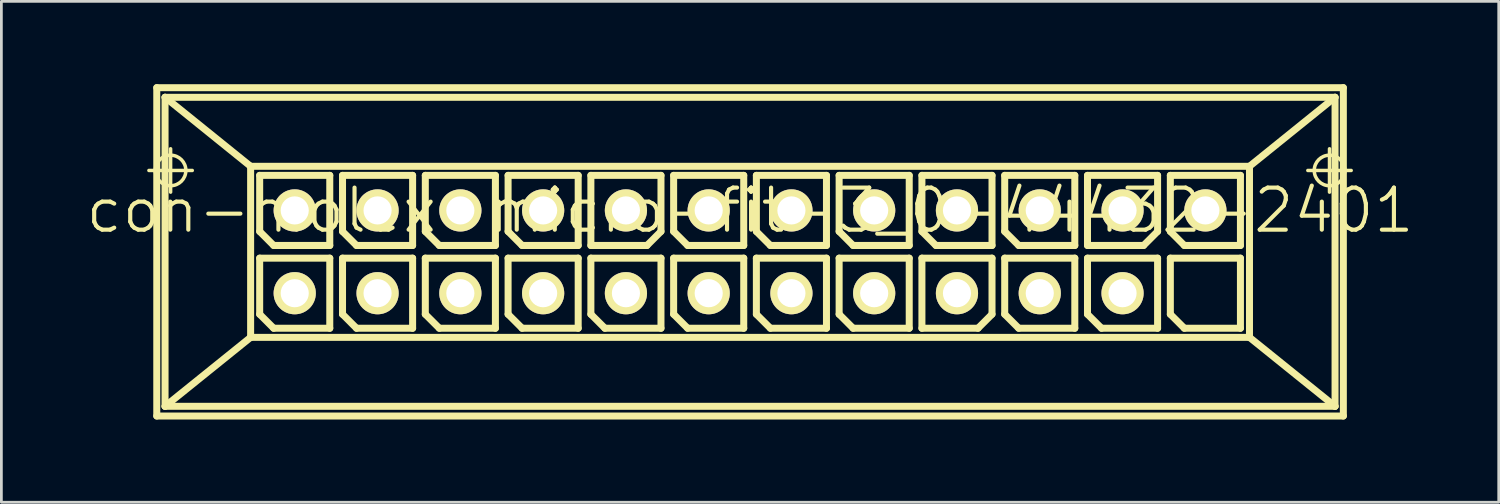
<source format=kicad_pcb>
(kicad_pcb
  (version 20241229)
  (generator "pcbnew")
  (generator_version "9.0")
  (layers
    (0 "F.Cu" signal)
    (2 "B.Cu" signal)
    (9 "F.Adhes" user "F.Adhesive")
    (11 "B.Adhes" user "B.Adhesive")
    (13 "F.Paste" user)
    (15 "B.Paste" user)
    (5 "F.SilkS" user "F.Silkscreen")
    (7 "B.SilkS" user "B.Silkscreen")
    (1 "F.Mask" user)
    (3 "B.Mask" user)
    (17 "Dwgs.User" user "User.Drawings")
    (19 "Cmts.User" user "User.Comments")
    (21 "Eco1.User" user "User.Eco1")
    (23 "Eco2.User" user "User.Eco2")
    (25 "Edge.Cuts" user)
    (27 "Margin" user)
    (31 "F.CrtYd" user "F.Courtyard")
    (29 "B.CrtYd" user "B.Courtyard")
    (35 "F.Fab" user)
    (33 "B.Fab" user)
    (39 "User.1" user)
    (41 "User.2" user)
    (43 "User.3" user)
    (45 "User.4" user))
  (footprint "con-molex-micro-fit-3_0-44432-2401"
    (layer "F.Cu")
    (at 24.13 4.575)
    (property "Reference" "con-molex-micro-fit-3_0-44432-2401" (at 0 0 0) (layer "F.SilkS") (effects (font (size 1.524 1.524) (thickness 0.15))))
    (attr exclude_from_pos_files exclude_from_bom)
    (fp_line (start -21.783 -1.448) (end -20.213 -1.448) (stroke (width 0.127) (type solid)) (layer "F.SilkS"))
    (fp_line (start -21.499 -4.448) (end 21.499 -4.448) (stroke (width 0.254) (type solid)) (layer "F.SilkS"))
    (fp_line (start -21.499 7.45) (end -21.499 -4.448) (stroke (width 0.254) (type solid)) (layer "F.SilkS"))
    (fp_line (start -21.199 -4.1) (end -18.098 -1.598) (stroke (width 0.254) (type solid)) (layer "F.SilkS"))
    (fp_line (start -21.199 -4.1) (end 21.199 -4.1) (stroke (width 0.254) (type solid)) (layer "F.SilkS"))
    (fp_line (start -21.199 7.099) (end -21.199 -4.1) (stroke (width 0.254) (type solid)) (layer "F.SilkS"))
    (fp_line (start -20.998 -0.663) (end -20.998 -2.233) (stroke (width 0.127) (type solid)) (layer "F.SilkS"))
    (fp_line (start -18.098 -1.598) (end -18.098 4.6) (stroke (width 0.254) (type solid)) (layer "F.SilkS"))
    (fp_line (start -18.098 -1.598) (end 18.098 -1.598) (stroke (width 0.254) (type solid)) (layer "F.SilkS"))
    (fp_line (start -18.098 4.6) (end -21.199 7.099) (stroke (width 0.254) (type solid)) (layer "F.SilkS"))
    (fp_line (start -18.098 4.6) (end 18.098 4.6) (stroke (width 0.254) (type solid)) (layer "F.SilkS"))
    (fp_line (start -17.77 -1.27) (end -15.23 -1.27) (stroke (width 0.254) (type solid)) (layer "F.SilkS"))
    (fp_line (start -17.77 0.762) (end -17.77 -1.27) (stroke (width 0.254) (type solid)) (layer "F.SilkS"))
    (fp_line (start -17.77 1.73) (end -15.23 1.73) (stroke (width 0.254) (type solid)) (layer "F.SilkS"))
    (fp_line (start -17.77 3.762) (end -17.77 1.73) (stroke (width 0.254) (type solid)) (layer "F.SilkS"))
    (fp_line (start -17.262 1.27) (end -17.77 0.762) (stroke (width 0.254) (type solid)) (layer "F.SilkS"))
    (fp_line (start -17.262 4.27) (end -17.77 3.762) (stroke (width 0.254) (type solid)) (layer "F.SilkS"))
    (fp_line (start -15.23 -1.27) (end -15.23 1.27) (stroke (width 0.254) (type solid)) (layer "F.SilkS"))
    (fp_line (start -15.23 1.27) (end -17.262 1.27) (stroke (width 0.254) (type solid)) (layer "F.SilkS"))
    (fp_line (start -15.23 1.73) (end -15.23 4.27) (stroke (width 0.254) (type solid)) (layer "F.SilkS"))
    (fp_line (start -15.23 4.27) (end -17.262 4.27) (stroke (width 0.254) (type solid)) (layer "F.SilkS"))
    (fp_line (start -14.768 -1.27) (end -12.228 -1.27) (stroke (width 0.254) (type solid)) (layer "F.SilkS"))
    (fp_line (start -14.768 0.762) (end -14.768 -1.27) (stroke (width 0.254) (type solid)) (layer "F.SilkS"))
    (fp_line (start -14.768 1.73) (end -12.228 1.73) (stroke (width 0.254) (type solid)) (layer "F.SilkS"))
    (fp_line (start -14.768 3.762) (end -14.768 1.73) (stroke (width 0.254) (type solid)) (layer "F.SilkS"))
    (fp_line (start -14.26 1.27) (end -14.768 0.762) (stroke (width 0.254) (type solid)) (layer "F.SilkS"))
    (fp_line (start -14.26 4.27) (end -14.768 3.762) (stroke (width 0.254) (type solid)) (layer "F.SilkS"))
    (fp_line (start -12.228 -1.27) (end -12.228 1.27) (stroke (width 0.254) (type solid)) (layer "F.SilkS"))
    (fp_line (start -12.228 1.27) (end -14.26 1.27) (stroke (width 0.254) (type solid)) (layer "F.SilkS"))
    (fp_line (start -12.228 1.73) (end -12.228 4.27) (stroke (width 0.254) (type solid)) (layer "F.SilkS"))
    (fp_line (start -12.228 4.27) (end -14.26 4.27) (stroke (width 0.254) (type solid)) (layer "F.SilkS"))
    (fp_line (start -11.768 -1.27) (end -9.228 -1.27) (stroke (width 0.254) (type solid)) (layer "F.SilkS"))
    (fp_line (start -11.768 0.762) (end -11.768 -1.27) (stroke (width 0.254) (type solid)) (layer "F.SilkS"))
    (fp_line (start -11.768 1.73) (end -9.228 1.73) (stroke (width 0.254) (type solid)) (layer "F.SilkS"))
    (fp_line (start -11.768 3.762) (end -11.768 1.73) (stroke (width 0.254) (type solid)) (layer "F.SilkS"))
    (fp_line (start -11.26 1.27) (end -11.768 0.762) (stroke (width 0.254) (type solid)) (layer "F.SilkS"))
    (fp_line (start -11.26 4.27) (end -11.768 3.762) (stroke (width 0.254) (type solid)) (layer "F.SilkS"))
    (fp_line (start -9.228 -1.27) (end -9.228 1.27) (stroke (width 0.254) (type solid)) (layer "F.SilkS"))
    (fp_line (start -9.228 1.27) (end -11.26 1.27) (stroke (width 0.254) (type solid)) (layer "F.SilkS"))
    (fp_line (start -9.228 1.73) (end -9.228 4.27) (stroke (width 0.254) (type solid)) (layer "F.SilkS"))
    (fp_line (start -9.228 4.27) (end -11.26 4.27) (stroke (width 0.254) (type solid)) (layer "F.SilkS"))
    (fp_line (start -8.768 -1.27) (end -6.228 -1.27) (stroke (width 0.254) (type solid)) (layer "F.SilkS"))
    (fp_line (start -8.768 0.762) (end -8.768 -1.27) (stroke (width 0.254) (type solid)) (layer "F.SilkS"))
    (fp_line (start -8.768 1.73) (end -6.228 1.73) (stroke (width 0.254) (type solid)) (layer "F.SilkS"))
    (fp_line (start -8.768 3.762) (end -8.768 1.73) (stroke (width 0.254) (type solid)) (layer "F.SilkS"))
    (fp_line (start -8.26 1.27) (end -8.768 0.762) (stroke (width 0.254) (type solid)) (layer "F.SilkS"))
    (fp_line (start -8.26 4.27) (end -8.768 3.762) (stroke (width 0.254) (type solid)) (layer "F.SilkS"))
    (fp_line (start -6.228 -1.27) (end -6.228 1.27) (stroke (width 0.254) (type solid)) (layer "F.SilkS"))
    (fp_line (start -6.228 1.27) (end -8.26 1.27) (stroke (width 0.254) (type solid)) (layer "F.SilkS"))
    (fp_line (start -6.228 1.73) (end -6.228 4.27) (stroke (width 0.254) (type solid)) (layer "F.SilkS"))
    (fp_line (start -6.228 4.27) (end -8.26 4.27) (stroke (width 0.254) (type solid)) (layer "F.SilkS"))
    (fp_line (start -5.768 -1.27) (end -3.228 -1.27) (stroke (width 0.254) (type solid)) (layer "F.SilkS"))
    (fp_line (start -5.768 1.27) (end -5.768 -1.27) (stroke (width 0.254) (type solid)) (layer "F.SilkS"))
    (fp_line (start -5.768 1.73) (end -3.228 1.73) (stroke (width 0.254) (type solid)) (layer "F.SilkS"))
    (fp_line (start -5.768 3.762) (end -5.768 1.73) (stroke (width 0.254) (type solid)) (layer "F.SilkS"))
    (fp_line (start -5.26 4.27) (end -5.768 3.762) (stroke (width 0.254) (type solid)) (layer "F.SilkS"))
    (fp_line (start -3.736 1.27) (end -5.768 1.27) (stroke (width 0.254) (type solid)) (layer "F.SilkS"))
    (fp_line (start -3.228 -1.27) (end -3.228 0.762) (stroke (width 0.254) (type solid)) (layer "F.SilkS"))
    (fp_line (start -3.228 0.762) (end -3.736 1.27) (stroke (width 0.254) (type solid)) (layer "F.SilkS"))
    (fp_line (start -3.228 1.73) (end -3.228 4.27) (stroke (width 0.254) (type solid)) (layer "F.SilkS"))
    (fp_line (start -3.228 4.27) (end -5.26 4.27) (stroke (width 0.254) (type solid)) (layer "F.SilkS"))
    (fp_line (start -2.769 -1.27) (end -0.229 -1.27) (stroke (width 0.254) (type solid)) (layer "F.SilkS"))
    (fp_line (start -2.769 0.762) (end -2.769 -1.27) (stroke (width 0.254) (type solid)) (layer "F.SilkS"))
    (fp_line (start -2.769 1.73) (end -0.229 1.73) (stroke (width 0.254) (type solid)) (layer "F.SilkS"))
    (fp_line (start -2.769 3.762) (end -2.769 1.73) (stroke (width 0.254) (type solid)) (layer "F.SilkS"))
    (fp_line (start -2.261 1.27) (end -2.769 0.762) (stroke (width 0.254) (type solid)) (layer "F.SilkS"))
    (fp_line (start -2.261 4.27) (end -2.769 3.762) (stroke (width 0.254) (type solid)) (layer "F.SilkS"))
    (fp_line (start -0.229 -1.27) (end -0.229 1.27) (stroke (width 0.254) (type solid)) (layer "F.SilkS"))
    (fp_line (start -0.229 1.27) (end -2.261 1.27) (stroke (width 0.254) (type solid)) (layer "F.SilkS"))
    (fp_line (start -0.229 1.73) (end -0.229 4.27) (stroke (width 0.254) (type solid)) (layer "F.SilkS"))
    (fp_line (start -0.229 4.27) (end -2.261 4.27) (stroke (width 0.254) (type solid)) (layer "F.SilkS"))
    (fp_line (start 0.229 -1.27) (end 2.769 -1.27) (stroke (width 0.254) (type solid)) (layer "F.SilkS"))
    (fp_line (start 0.229 0.762) (end 0.229 -1.27) (stroke (width 0.254) (type solid)) (layer "F.SilkS"))
    (fp_line (start 0.229 1.73) (end 2.769 1.73) (stroke (width 0.254) (type solid)) (layer "F.SilkS"))
    (fp_line (start 0.229 3.762) (end 0.229 1.73) (stroke (width 0.254) (type solid)) (layer "F.SilkS"))
    (fp_line (start 0.737 1.27) (end 0.229 0.762) (stroke (width 0.254) (type solid)) (layer "F.SilkS"))
    (fp_line (start 0.737 4.27) (end 0.229 3.762) (stroke (width 0.254) (type solid)) (layer "F.SilkS"))
    (fp_line (start 2.769 -1.27) (end 2.769 1.27) (stroke (width 0.254) (type solid)) (layer "F.SilkS"))
    (fp_line (start 2.769 1.27) (end 0.737 1.27) (stroke (width 0.254) (type solid)) (layer "F.SilkS"))
    (fp_line (start 2.769 1.73) (end 2.769 4.27) (stroke (width 0.254) (type solid)) (layer "F.SilkS"))
    (fp_line (start 2.769 4.27) (end 0.737 4.27) (stroke (width 0.254) (type solid)) (layer "F.SilkS"))
    (fp_line (start 3.228 -1.27) (end 5.768 -1.27) (stroke (width 0.254) (type solid)) (layer "F.SilkS"))
    (fp_line (start 3.228 0.762) (end 3.228 -1.27) (stroke (width 0.254) (type solid)) (layer "F.SilkS"))
    (fp_line (start 3.228 1.73) (end 5.768 1.73) (stroke (width 0.254) (type solid)) (layer "F.SilkS"))
    (fp_line (start 3.228 3.762) (end 3.228 1.73) (stroke (width 0.254) (type solid)) (layer "F.SilkS"))
    (fp_line (start 3.736 1.27) (end 3.228 0.762) (stroke (width 0.254) (type solid)) (layer "F.SilkS"))
    (fp_line (start 3.736 4.27) (end 3.228 3.762) (stroke (width 0.254) (type solid)) (layer "F.SilkS"))
    (fp_line (start 5.768 -1.27) (end 5.768 1.27) (stroke (width 0.254) (type solid)) (layer "F.SilkS"))
    (fp_line (start 5.768 1.27) (end 3.736 1.27) (stroke (width 0.254) (type solid)) (layer "F.SilkS"))
    (fp_line (start 5.768 1.73) (end 5.768 4.27) (stroke (width 0.254) (type solid)) (layer "F.SilkS"))
    (fp_line (start 5.768 4.27) (end 3.736 4.27) (stroke (width 0.254) (type solid)) (layer "F.SilkS"))
    (fp_line (start 6.228 -1.27) (end 8.768 -1.27) (stroke (width 0.254) (type solid)) (layer "F.SilkS"))
    (fp_line (start 6.228 0.762) (end 6.228 -1.27) (stroke (width 0.254) (type solid)) (layer "F.SilkS"))
    (fp_line (start 6.228 1.73) (end 8.768 1.73) (stroke (width 0.254) (type solid)) (layer "F.SilkS"))
    (fp_line (start 6.228 4.27) (end 6.228 1.73) (stroke (width 0.254) (type solid)) (layer "F.SilkS"))
    (fp_line (start 6.736 1.27) (end 6.228 0.762) (stroke (width 0.254) (type solid)) (layer "F.SilkS"))
    (fp_line (start 8.26 4.27) (end 6.228 4.27) (stroke (width 0.254) (type solid)) (layer "F.SilkS"))
    (fp_line (start 8.768 -1.27) (end 8.768 1.27) (stroke (width 0.254) (type solid)) (layer "F.SilkS"))
    (fp_line (start 8.768 1.27) (end 6.736 1.27) (stroke (width 0.254) (type solid)) (layer "F.SilkS"))
    (fp_line (start 8.768 1.73) (end 8.768 3.762) (stroke (width 0.254) (type solid)) (layer "F.SilkS"))
    (fp_line (start 8.768 3.762) (end 8.26 4.27) (stroke (width 0.254) (type solid)) (layer "F.SilkS"))
    (fp_line (start 9.228 -1.27) (end 11.768 -1.27) (stroke (width 0.254) (type solid)) (layer "F.SilkS"))
    (fp_line (start 9.228 0.762) (end 9.228 -1.27) (stroke (width 0.254) (type solid)) (layer "F.SilkS"))
    (fp_line (start 9.228 1.73) (end 11.768 1.73) (stroke (width 0.254) (type solid)) (layer "F.SilkS"))
    (fp_line (start 9.228 3.762) (end 9.228 1.73) (stroke (width 0.254) (type solid)) (layer "F.SilkS"))
    (fp_line (start 9.736 1.27) (end 9.228 0.762) (stroke (width 0.254) (type solid)) (layer "F.SilkS"))
    (fp_line (start 9.736 4.27) (end 9.228 3.762) (stroke (width 0.254) (type solid)) (layer "F.SilkS"))
    (fp_line (start 11.768 -1.27) (end 11.768 1.27) (stroke (width 0.254) (type solid)) (layer "F.SilkS"))
    (fp_line (start 11.768 1.27) (end 9.736 1.27) (stroke (width 0.254) (type solid)) (layer "F.SilkS"))
    (fp_line (start 11.768 1.73) (end 11.768 4.27) (stroke (width 0.254) (type solid)) (layer "F.SilkS"))
    (fp_line (start 11.768 4.27) (end 9.736 4.27) (stroke (width 0.254) (type solid)) (layer "F.SilkS"))
    (fp_line (start 12.228 -1.27) (end 14.768 -1.27) (stroke (width 0.254) (type solid)) (layer "F.SilkS"))
    (fp_line (start 12.228 1.27) (end 12.228 -1.27) (stroke (width 0.254) (type solid)) (layer "F.SilkS"))
    (fp_line (start 12.228 1.73) (end 14.768 1.73) (stroke (width 0.254) (type solid)) (layer "F.SilkS"))
    (fp_line (start 12.228 3.762) (end 12.228 1.73) (stroke (width 0.254) (type solid)) (layer "F.SilkS"))
    (fp_line (start 12.736 4.27) (end 12.228 3.762) (stroke (width 0.254) (type solid)) (layer "F.SilkS"))
    (fp_line (start 14.26 1.27) (end 12.228 1.27) (stroke (width 0.254) (type solid)) (layer "F.SilkS"))
    (fp_line (start 14.768 -1.27) (end 14.768 0.762) (stroke (width 0.254) (type solid)) (layer "F.SilkS"))
    (fp_line (start 14.768 0.762) (end 14.26 1.27) (stroke (width 0.254) (type solid)) (layer "F.SilkS"))
    (fp_line (start 14.768 1.73) (end 14.768 4.27) (stroke (width 0.254) (type solid)) (layer "F.SilkS"))
    (fp_line (start 14.768 4.27) (end 12.736 4.27) (stroke (width 0.254) (type solid)) (layer "F.SilkS"))
    (fp_line (start 15.23 -1.27) (end 17.77 -1.27) (stroke (width 0.254) (type solid)) (layer "F.SilkS"))
    (fp_line (start 15.23 0.762) (end 15.23 -1.27) (stroke (width 0.254) (type solid)) (layer "F.SilkS"))
    (fp_line (start 15.23 1.73) (end 17.77 1.73) (stroke (width 0.254) (type solid)) (layer "F.SilkS"))
    (fp_line (start 15.23 3.762) (end 15.23 1.73) (stroke (width 0.254) (type solid)) (layer "F.SilkS"))
    (fp_line (start 15.738 1.27) (end 15.23 0.762) (stroke (width 0.254) (type solid)) (layer "F.SilkS"))
    (fp_line (start 15.738 4.27) (end 15.23 3.762) (stroke (width 0.254) (type solid)) (layer "F.SilkS"))
    (fp_line (start 17.77 -1.27) (end 17.77 1.27) (stroke (width 0.254) (type solid)) (layer "F.SilkS"))
    (fp_line (start 17.77 1.27) (end 15.738 1.27) (stroke (width 0.254) (type solid)) (layer "F.SilkS"))
    (fp_line (start 17.77 1.73) (end 17.77 4.27) (stroke (width 0.254) (type solid)) (layer "F.SilkS"))
    (fp_line (start 17.77 4.27) (end 15.738 4.27) (stroke (width 0.254) (type solid)) (layer "F.SilkS"))
    (fp_line (start 18.098 -1.598) (end 21.199 -4.1) (stroke (width 0.254) (type solid)) (layer "F.SilkS"))
    (fp_line (start 18.098 4.6) (end 18.098 -1.598) (stroke (width 0.254) (type solid)) (layer "F.SilkS"))
    (fp_line (start 18.098 4.6) (end 21.199 7.099) (stroke (width 0.254) (type solid)) (layer "F.SilkS"))
    (fp_line (start 20.213 -1.448) (end 21.783 -1.448) (stroke (width 0.127) (type solid)) (layer "F.SilkS"))
    (fp_line (start 20.998 -0.663) (end 20.998 -2.233) (stroke (width 0.127) (type solid)) (layer "F.SilkS"))
    (fp_line (start 21.199 -4.1) (end 21.199 7.099) (stroke (width 0.254) (type solid)) (layer "F.SilkS"))
    (fp_line (start 21.199 7.099) (end -21.199 7.099) (stroke (width 0.254) (type solid)) (layer "F.SilkS"))
    (fp_line (start 21.499 -4.448) (end 21.499 7.45) (stroke (width 0.254) (type solid)) (layer "F.SilkS"))
    (fp_line (start 21.499 7.45) (end -21.499 7.45) (stroke (width 0.254) (type solid)) (layer "F.SilkS"))
    (fp_circle (center -20.998 -1.448) (end -21.389 -1.839) (stroke (width 0.127) (type solid)) (fill no) (layer "F.SilkS"))
    (fp_circle (center 20.998 -1.448) (end 21.389 -1.839) (stroke (width 0.127) (type solid)) (fill no) (layer "F.SilkS"))
    (pad "P$1" thru_hole rect (at 16.5 3) (size 0.001 0.001) (drill 1.019) (layers "*.Cu" "F.Mask" "F.SilkS" "F.Paste"))
    (pad "P$2" thru_hole circle (at 13.498 3) (size 1.529 1.529) (drill 1.019) (layers "*.Cu" "F.Mask" "F.SilkS" "F.Paste"))
    (pad "P$3" thru_hole circle (at 10.498 3) (size 1.529 1.529) (drill 1.019) (layers "*.Cu" "F.Mask" "F.SilkS" "F.Paste"))
    (pad "P$4" thru_hole circle (at 7.498 3) (size 1.529 1.529) (drill 1.019) (layers "*.Cu" "F.Mask" "F.SilkS" "F.Paste"))
    (pad "P$5" thru_hole circle (at 4.498 3) (size 1.529 1.529) (drill 1.019) (layers "*.Cu" "F.Mask" "F.SilkS" "F.Paste"))
    (pad "P$6" thru_hole circle (at 1.499 3) (size 1.529 1.529) (drill 1.019) (layers "*.Cu" "F.Mask" "F.SilkS" "F.Paste"))
    (pad "P$7" thru_hole circle (at -1.499 3) (size 1.529 1.529) (drill 1.019) (layers "*.Cu" "F.Mask" "F.SilkS" "F.Paste"))
    (pad "P$8" thru_hole circle (at -4.498 3) (size 1.529 1.529) (drill 1.019) (layers "*.Cu" "F.Mask" "F.SilkS" "F.Paste"))
    (pad "P$9" thru_hole circle (at -7.498 3) (size 1.529 1.529) (drill 1.019) (layers "*.Cu" "F.Mask" "F.SilkS" "F.Paste"))
    (pad "P$10" thru_hole circle (at -10.498 3) (size 1.529 1.529) (drill 1.019) (layers "*.Cu" "F.Mask" "F.SilkS" "F.Paste"))
    (pad "P$11" thru_hole circle (at -13.498 3) (size 1.529 1.529) (drill 1.019) (layers "*.Cu" "F.Mask" "F.SilkS" "F.Paste"))
    (pad "P$12" thru_hole circle (at -16.5 3) (size 1.529 1.529) (drill 1.019) (layers "*.Cu" "F.Mask" "F.SilkS" "F.Paste"))
    (pad "P$13" thru_hole circle (at 16.5 0) (size 1.529 1.529) (drill 1.019) (layers "*.Cu" "F.Mask" "F.SilkS" "F.Paste"))
    (pad "P$14" thru_hole circle (at 13.498 0) (size 1.529 1.529) (drill 1.019) (layers "*.Cu" "F.Mask" "F.SilkS" "F.Paste"))
    (pad "P$15" thru_hole circle (at 10.498 0) (size 1.529 1.529) (drill 1.019) (layers "*.Cu" "F.Mask" "F.SilkS" "F.Paste"))
    (pad "P$16" thru_hole circle (at 7.498 0) (size 1.529 1.529) (drill 1.019) (layers "*.Cu" "F.Mask" "F.SilkS" "F.Paste"))
    (pad "P$17" thru_hole circle (at 4.498 0) (size 1.529 1.529) (drill 1.019) (layers "*.Cu" "F.Mask" "F.SilkS" "F.Paste"))
    (pad "P$18" thru_hole circle (at 1.499 0) (size 1.529 1.529) (drill 1.019) (layers "*.Cu" "F.Mask" "F.SilkS" "F.Paste"))
    (pad "P$19" thru_hole circle (at -1.499 0) (size 1.529 1.529) (drill 1.019) (layers "*.Cu" "F.Mask" "F.SilkS" "F.Paste"))
    (pad "P$20" thru_hole circle (at -4.498 0) (size 1.529 1.529) (drill 1.019) (layers "*.Cu" "F.Mask" "F.SilkS" "F.Paste"))
    (pad "P$21" thru_hole circle (at -7.498 0) (size 1.529 1.529) (drill 1.019) (layers "*.Cu" "F.Mask" "F.SilkS" "F.Paste"))
    (pad "P$22" thru_hole circle (at -10.498 0) (size 1.529 1.529) (drill 1.019) (layers "*.Cu" "F.Mask" "F.SilkS" "F.Paste"))
    (pad "P$23" thru_hole circle (at -13.498 0) (size 1.529 1.529) (drill 1.019) (layers "*.Cu" "F.Mask" "F.SilkS" "F.Paste"))
    (pad "P$24" thru_hole circle (at -16.5 0) (size 1.529 1.529) (drill 1.019) (layers "*.Cu" "F.Mask" "F.SilkS" "F.Paste")))
  (gr_rect
    (start -3 -3)
    (end 51.26 15.151)
    (stroke (width 0.1) (type default))
    (fill no)
    (layer "Edge.Cuts")))
</source>
